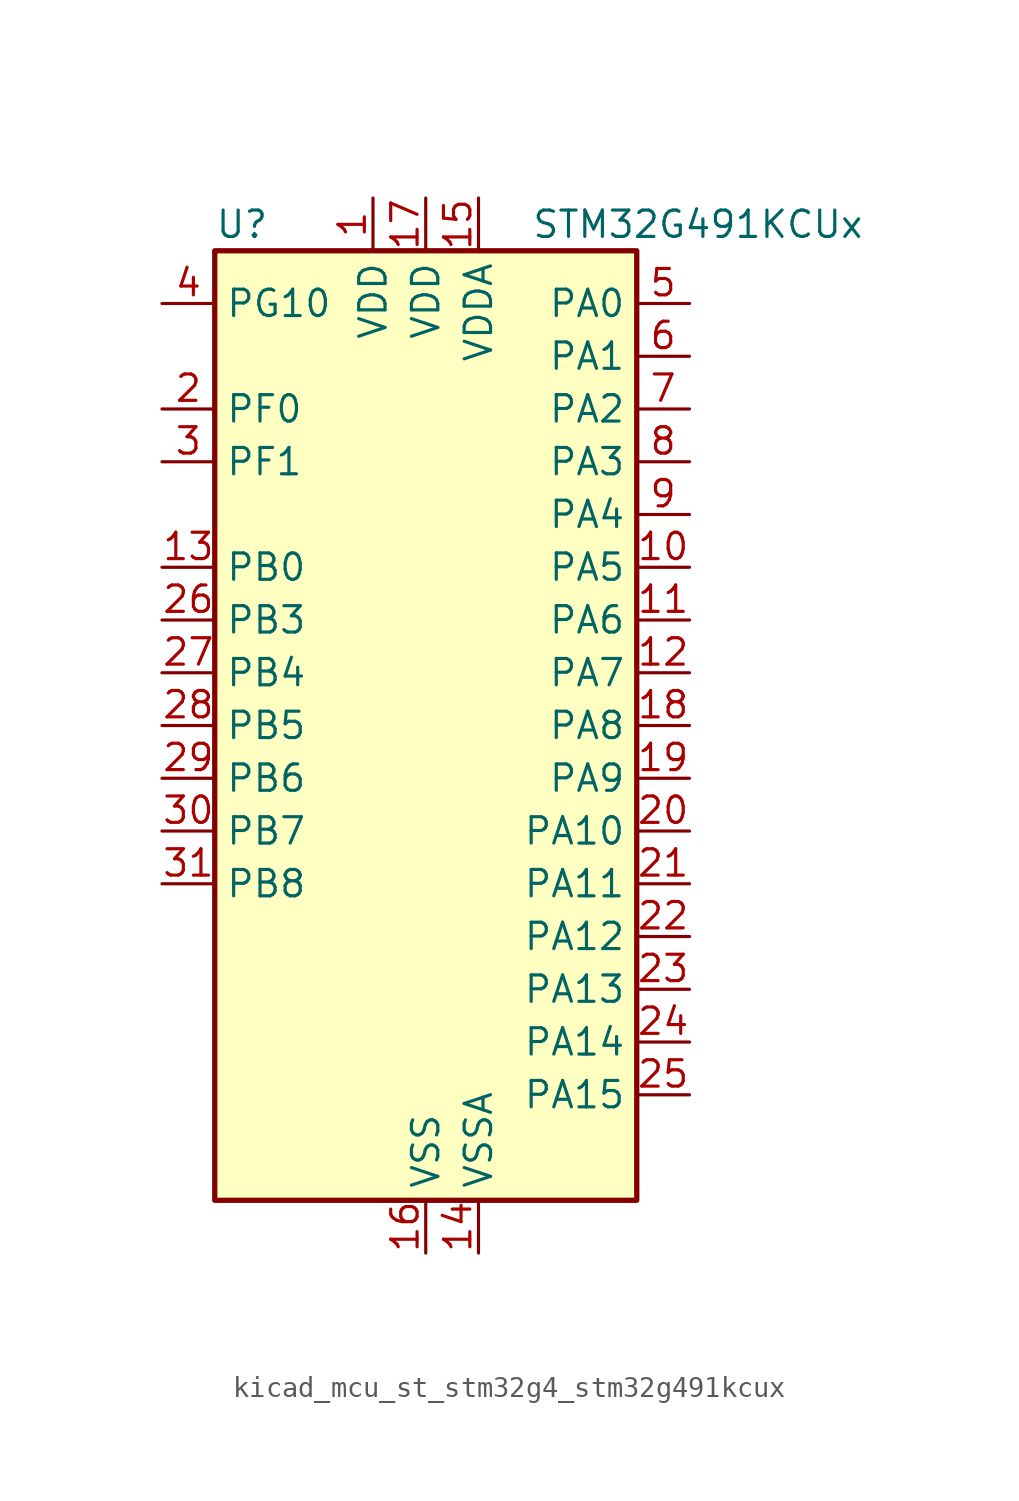
<source format=kicad_sym>
(kicad_symbol_lib
  (version 20220914)
  (generator kicad_symbol_editor)
  (symbol "kicad_mcu_st_stm32g4_stm32g491kcux"
    (property "Reference" "U"
      (at -10.16 24.13 0)
      (effects (font (size 1.27 1.27)) (justify left)))
    (property "Value" "STM32G491KCUx"
      (at 5.08 24.13 0)
      (effects (font (size 1.27 1.27)) (justify left)))
    (property "ki_locked" ""
      (at 0 0 0)
      (effects (font (size 1.27 1.27))))
    (symbol "kicad_mcu_st_stm32g4_stm32g491kcux_0_1"
      (rectangle (start -10.16 -22.86) (end 10.16 22.86) (stroke (width 0.254) (type default)) (fill (type background))))
    (symbol "kicad_mcu_st_stm32g4_stm32g491kcux_1_1"
      (pin power_in line (at -2.54 25.4 270) (length 2.54) (name "VDD" (effects (font (size 1.27 1.27)))) (number "1" (effects (font (size 1.27 1.27)))))
      (pin bidirectional line (at 12.7 7.62 180) (length 2.54) (name "PA5" (effects (font (size 1.27 1.27)))) (number "10" (effects (font (size 1.27 1.27)))) (alternate "ADC2_IN13" bidirectional line) (alternate "COMP2_INM" bidirectional line) (alternate "DAC1_OUT2" bidirectional line) (alternate "OPAMP2_VINM" bidirectional line) (alternate "OPAMP2_VINM0" bidirectional line) (alternate "OPAMP2_VINM_SEC" bidirectional line) (alternate "SPI1_SCK" bidirectional line) (alternate "TIM2_CH1" bidirectional line) (alternate "TIM2_ETR" bidirectional line) (alternate "UCPD1_FRSTX1" bidirectional line) (alternate "UCPD1_FRSTX2" bidirectional line))
      (pin bidirectional line (at 12.7 5.08 180) (length 2.54) (name "PA6" (effects (font (size 1.27 1.27)))) (number "11" (effects (font (size 1.27 1.27)))) (alternate "ADC2_IN3" bidirectional line) (alternate "COMP1_OUT" bidirectional line) (alternate "LPUART1_CTS" bidirectional line) (alternate "OPAMP2_VOUT" bidirectional line) (alternate "QUADSPI1_BK1_IO3" bidirectional line) (alternate "SPI1_MISO" bidirectional line) (alternate "TIM16_CH1" bidirectional line) (alternate "TIM1_BKIN" bidirectional line) (alternate "TIM3_CH1" bidirectional line) (alternate "TIM8_BKIN" bidirectional line))
      (pin bidirectional line (at 12.7 2.54 180) (length 2.54) (name "PA7" (effects (font (size 1.27 1.27)))) (number "12" (effects (font (size 1.27 1.27)))) (alternate "ADC2_IN4" bidirectional line) (alternate "COMP2_INP" bidirectional line) (alternate "COMP2_OUT" bidirectional line) (alternate "OPAMP1_VINP" bidirectional line) (alternate "OPAMP1_VINP_SEC" bidirectional line) (alternate "OPAMP2_VINP" bidirectional line) (alternate "OPAMP2_VINP_SEC" bidirectional line) (alternate "QUADSPI1_BK1_IO2" bidirectional line) (alternate "SPI1_MOSI" bidirectional line) (alternate "TIM17_CH1" bidirectional line) (alternate "TIM1_CH1N" bidirectional line) (alternate "TIM3_CH2" bidirectional line) (alternate "TIM8_CH1N" bidirectional line) (alternate "UCPD1_FRSTX1" bidirectional line) (alternate "UCPD1_FRSTX2" bidirectional line))
      (pin bidirectional line (at -12.7 7.62 0) (length 2.54) (name "PB0" (effects (font (size 1.27 1.27)))) (number "13" (effects (font (size 1.27 1.27)))) (alternate "ADC1_IN15" bidirectional line) (alternate "ADC3_IN12" bidirectional line) (alternate "COMP4_INP" bidirectional line) (alternate "OPAMP2_VINP" bidirectional line) (alternate "OPAMP2_VINP_SEC" bidirectional line) (alternate "OPAMP3_VINP" bidirectional line) (alternate "OPAMP3_VINP_SEC" bidirectional line) (alternate "QUADSPI1_BK1_IO1" bidirectional line) (alternate "TIM1_CH2N" bidirectional line) (alternate "TIM3_CH3" bidirectional line) (alternate "TIM8_CH2N" bidirectional line) (alternate "UCPD1_FRSTX1" bidirectional line) (alternate "UCPD1_FRSTX2" bidirectional line))
      (pin power_in line (at 2.54 -25.4 90) (length 2.54) (name "VSSA" (effects (font (size 1.27 1.27)))) (number "14" (effects (font (size 1.27 1.27)))))
      (pin power_in line (at 2.54 25.4 270) (length 2.54) (name "VDDA" (effects (font (size 1.27 1.27)))) (number "15" (effects (font (size 1.27 1.27)))))
      (pin power_in line (at 0 -25.4 90) (length 2.54) (name "VSS" (effects (font (size 1.27 1.27)))) (number "16" (effects (font (size 1.27 1.27)))))
      (pin power_in line (at 0 25.4 270) (length 2.54) (name "VDD" (effects (font (size 1.27 1.27)))) (number "17" (effects (font (size 1.27 1.27)))))
      (pin bidirectional line (at 12.7 0 180) (length 2.54) (name "PA8" (effects (font (size 1.27 1.27)))) (number "18" (effects (font (size 1.27 1.27)))) (alternate "I2C2_SDA" bidirectional line) (alternate "I2C3_SCL" bidirectional line) (alternate "I2S2_MCK" bidirectional line) (alternate "RCC_MCO" bidirectional line) (alternate "SAI1_CK2" bidirectional line) (alternate "SAI1_SCK_A" bidirectional line) (alternate "TIM1_CH1" bidirectional line) (alternate "TIM4_ETR" bidirectional line) (alternate "USART1_CK" bidirectional line))
      (pin bidirectional line (at 12.7 -2.54 180) (length 2.54) (name "PA9" (effects (font (size 1.27 1.27)))) (number "19" (effects (font (size 1.27 1.27)))) (alternate "DAC1_EXTI9" bidirectional line) (alternate "DAC3_EXTI9" bidirectional line) (alternate "I2C2_SCL" bidirectional line) (alternate "I2C3_SMBA" bidirectional line) (alternate "I2S3_MCK" bidirectional line) (alternate "SAI1_FS_A" bidirectional line) (alternate "TIM15_BKIN" bidirectional line) (alternate "TIM1_CH2" bidirectional line) (alternate "TIM2_CH3" bidirectional line) (alternate "UCPD1_DBCC1" bidirectional line) (alternate "USART1_TX" bidirectional line))
      (pin bidirectional line (at -12.7 15.24 0) (length 2.54) (name "PF0" (effects (font (size 1.27 1.27)))) (number "2" (effects (font (size 1.27 1.27)))) (alternate "ADC1_IN10" bidirectional line) (alternate "I2C2_SDA" bidirectional line) (alternate "I2S2_WS" bidirectional line) (alternate "RCC_OSC_IN" bidirectional line) (alternate "SPI2_NSS" bidirectional line) (alternate "TIM1_CH3N" bidirectional line))
      (pin bidirectional line (at 12.7 -5.08 180) (length 2.54) (name "PA10" (effects (font (size 1.27 1.27)))) (number "20" (effects (font (size 1.27 1.27)))) (alternate "CRS_SYNC" bidirectional line) (alternate "DAC1_EXTI10" bidirectional line) (alternate "DAC3_EXTI10" bidirectional line) (alternate "I2C2_SMBA" bidirectional line) (alternate "SAI1_D1" bidirectional line) (alternate "SAI1_SD_A" bidirectional line) (alternate "SPI2_MISO" bidirectional line) (alternate "TIM17_BKIN" bidirectional line) (alternate "TIM1_CH3" bidirectional line) (alternate "TIM2_CH4" bidirectional line) (alternate "TIM8_BKIN" bidirectional line) (alternate "UCPD1_DBCC2" bidirectional line) (alternate "USART1_RX" bidirectional line))
      (pin bidirectional line (at 12.7 -7.62 180) (length 2.54) (name "PA11" (effects (font (size 1.27 1.27)))) (number "21" (effects (font (size 1.27 1.27)))) (alternate "ADC1_EXTI11" bidirectional line) (alternate "ADC2_EXTI11" bidirectional line) (alternate "COMP1_OUT" bidirectional line) (alternate "FDCAN1_RX" bidirectional line) (alternate "I2S2_SD" bidirectional line) (alternate "SPI2_MOSI" bidirectional line) (alternate "TIM1_BKIN2" bidirectional line) (alternate "TIM1_CH1N" bidirectional line) (alternate "TIM1_CH4" bidirectional line) (alternate "TIM4_CH1" bidirectional line) (alternate "USART1_CTS" bidirectional line) (alternate "USART1_NSS" bidirectional line) (alternate "USB_DM" bidirectional line))
      (pin bidirectional line (at 12.7 -10.16 180) (length 2.54) (name "PA12" (effects (font (size 1.27 1.27)))) (number "22" (effects (font (size 1.27 1.27)))) (alternate "COMP2_OUT" bidirectional line) (alternate "FDCAN1_TX" bidirectional line) (alternate "I2S_CKIN" bidirectional line) (alternate "TIM16_CH1" bidirectional line) (alternate "TIM1_CH2N" bidirectional line) (alternate "TIM1_ETR" bidirectional line) (alternate "TIM4_CH2" bidirectional line) (alternate "USART1_DE" bidirectional line) (alternate "USART1_RTS" bidirectional line) (alternate "USB_DP" bidirectional line))
      (pin bidirectional line (at 12.7 -12.7 180) (length 2.54) (name "PA13" (effects (font (size 1.27 1.27)))) (number "23" (effects (font (size 1.27 1.27)))) (alternate "I2C1_SCL" bidirectional line) (alternate "IR_OUT" bidirectional line) (alternate "SAI1_SD_B" bidirectional line) (alternate "SYS_JTMS-SWDIO" bidirectional line) (alternate "TIM16_CH1N" bidirectional line) (alternate "TIM4_CH3" bidirectional line))
      (pin bidirectional line (at 12.7 -15.24 180) (length 2.54) (name "PA14" (effects (font (size 1.27 1.27)))) (number "24" (effects (font (size 1.27 1.27)))) (alternate "I2C1_SDA" bidirectional line) (alternate "LPTIM1_OUT" bidirectional line) (alternate "SAI1_FS_B" bidirectional line) (alternate "SYS_JTCK-SWCLK" bidirectional line) (alternate "TIM1_BKIN" bidirectional line) (alternate "TIM8_CH2" bidirectional line) (alternate "USART2_TX" bidirectional line))
      (pin bidirectional line (at 12.7 -17.78 180) (length 2.54) (name "PA15" (effects (font (size 1.27 1.27)))) (number "25" (effects (font (size 1.27 1.27)))) (alternate "ADC1_EXTI15" bidirectional line) (alternate "ADC2_EXTI15" bidirectional line) (alternate "I2C1_SCL" bidirectional line) (alternate "I2S3_WS" bidirectional line) (alternate "SPI1_NSS" bidirectional line) (alternate "SPI3_NSS" bidirectional line) (alternate "SYS_JTDI" bidirectional line) (alternate "TIM1_BKIN" bidirectional line) (alternate "TIM20_ETR" bidirectional line) (alternate "TIM2_CH1" bidirectional line) (alternate "TIM2_ETR" bidirectional line) (alternate "TIM8_CH1" bidirectional line) (alternate "USART2_RX" bidirectional line))
      (pin bidirectional line (at -12.7 5.08 0) (length 2.54) (name "PB3" (effects (font (size 1.27 1.27)))) (number "26" (effects (font (size 1.27 1.27)))) (alternate "ADC3_EXTI3" bidirectional line) (alternate "CRS_SYNC" bidirectional line) (alternate "I2S3_CK" bidirectional line) (alternate "SAI1_SCK_B" bidirectional line) (alternate "SPI1_SCK" bidirectional line) (alternate "SPI3_SCK" bidirectional line) (alternate "SYS_JTDO-SWO" bidirectional line) (alternate "TIM2_CH2" bidirectional line) (alternate "TIM3_ETR" bidirectional line) (alternate "TIM4_ETR" bidirectional line) (alternate "TIM8_CH1N" bidirectional line) (alternate "USART2_TX" bidirectional line))
      (pin bidirectional line (at -12.7 2.54 0) (length 2.54) (name "PB4" (effects (font (size 1.27 1.27)))) (number "27" (effects (font (size 1.27 1.27)))) (alternate "SAI1_MCLK_B" bidirectional line) (alternate "SPI1_MISO" bidirectional line) (alternate "SPI3_MISO" bidirectional line) (alternate "SYS_JTRST" bidirectional line) (alternate "TIM16_CH1" bidirectional line) (alternate "TIM17_BKIN" bidirectional line) (alternate "TIM3_CH1" bidirectional line) (alternate "TIM8_CH2N" bidirectional line) (alternate "UCPD1_CC2" bidirectional line) (alternate "USART2_RX" bidirectional line))
      (pin bidirectional line (at -12.7 0 0) (length 2.54) (name "PB5" (effects (font (size 1.27 1.27)))) (number "28" (effects (font (size 1.27 1.27)))) (alternate "FDCAN2_RX" bidirectional line) (alternate "I2C1_SMBA" bidirectional line) (alternate "I2C3_SDA" bidirectional line) (alternate "I2S3_SD" bidirectional line) (alternate "LPTIM1_IN1" bidirectional line) (alternate "SAI1_SD_B" bidirectional line) (alternate "SPI1_MOSI" bidirectional line) (alternate "SPI3_MOSI" bidirectional line) (alternate "TIM16_BKIN" bidirectional line) (alternate "TIM17_CH1" bidirectional line) (alternate "TIM3_CH2" bidirectional line) (alternate "TIM8_CH3N" bidirectional line) (alternate "USART2_CK" bidirectional line))
      (pin bidirectional line (at -12.7 -2.54 0) (length 2.54) (name "PB6" (effects (font (size 1.27 1.27)))) (number "29" (effects (font (size 1.27 1.27)))) (alternate "COMP4_OUT" bidirectional line) (alternate "FDCAN2_TX" bidirectional line) (alternate "LPTIM1_ETR" bidirectional line) (alternate "SAI1_FS_B" bidirectional line) (alternate "TIM16_CH1N" bidirectional line) (alternate "TIM4_CH1" bidirectional line) (alternate "TIM8_BKIN2" bidirectional line) (alternate "TIM8_CH1" bidirectional line) (alternate "TIM8_ETR" bidirectional line) (alternate "UCPD1_CC1" bidirectional line) (alternate "USART1_TX" bidirectional line))
      (pin bidirectional line (at -12.7 12.7 0) (length 2.54) (name "PF1" (effects (font (size 1.27 1.27)))) (number "3" (effects (font (size 1.27 1.27)))) (alternate "ADC2_IN10" bidirectional line) (alternate "COMP3_INM" bidirectional line) (alternate "I2S2_CK" bidirectional line) (alternate "RCC_OSC_OUT" bidirectional line) (alternate "SPI2_SCK" bidirectional line))
      (pin bidirectional line (at -12.7 -5.08 0) (length 2.54) (name "PB7" (effects (font (size 1.27 1.27)))) (number "30" (effects (font (size 1.27 1.27)))) (alternate "COMP3_OUT" bidirectional line) (alternate "I2C1_SDA" bidirectional line) (alternate "LPTIM1_IN2" bidirectional line) (alternate "SYS_PVD_IN" bidirectional line) (alternate "TIM17_CH1N" bidirectional line) (alternate "TIM3_CH4" bidirectional line) (alternate "TIM4_CH2" bidirectional line) (alternate "TIM8_BKIN" bidirectional line) (alternate "USART1_RX" bidirectional line))
      (pin bidirectional line (at -12.7 -7.62 0) (length 2.54) (name "PB8" (effects (font (size 1.27 1.27)))) (number "31" (effects (font (size 1.27 1.27)))) (alternate "COMP1_OUT" bidirectional line) (alternate "FDCAN1_RX" bidirectional line) (alternate "I2C1_SCL" bidirectional line) (alternate "SAI1_CK1" bidirectional line) (alternate "SAI1_MCLK_A" bidirectional line) (alternate "TIM16_CH1" bidirectional line) (alternate "TIM1_BKIN" bidirectional line) (alternate "TIM4_CH3" bidirectional line) (alternate "TIM8_CH2" bidirectional line))
      (pin passive line (at 0 -25.4 90) (length 2.54) hide (name "VSS" (effects (font (size 1.27 1.27)))) (number "32" (effects (font (size 1.27 1.27)))))
      (pin passive line (at 0 -25.4 90) (length 2.54) hide (name "VSS" (effects (font (size 1.27 1.27)))) (number "33" (effects (font (size 1.27 1.27)))))
      (pin bidirectional line (at -12.7 20.32 0) (length 2.54) (name "PG10" (effects (font (size 1.27 1.27)))) (number "4" (effects (font (size 1.27 1.27)))) (alternate "DAC1_EXTI10" bidirectional line) (alternate "DAC3_EXTI10" bidirectional line) (alternate "RCC_MCO" bidirectional line))
      (pin bidirectional line (at 12.7 20.32 180) (length 2.54) (name "PA0" (effects (font (size 1.27 1.27)))) (number "5" (effects (font (size 1.27 1.27)))) (alternate "ADC1_IN1" bidirectional line) (alternate "ADC2_IN1" bidirectional line) (alternate "COMP1_INM" bidirectional line) (alternate "COMP1_OUT" bidirectional line) (alternate "COMP3_INP" bidirectional line) (alternate "RTC_TAMP2" bidirectional line) (alternate "SYS_WKUP1" bidirectional line) (alternate "TIM2_CH1" bidirectional line) (alternate "TIM2_ETR" bidirectional line) (alternate "TIM8_BKIN" bidirectional line) (alternate "TIM8_ETR" bidirectional line) (alternate "USART2_CTS" bidirectional line) (alternate "USART2_NSS" bidirectional line))
      (pin bidirectional line (at 12.7 17.78 180) (length 2.54) (name "PA1" (effects (font (size 1.27 1.27)))) (number "6" (effects (font (size 1.27 1.27)))) (alternate "ADC1_IN2" bidirectional line) (alternate "ADC2_IN2" bidirectional line) (alternate "COMP1_INP" bidirectional line) (alternate "OPAMP1_VINP" bidirectional line) (alternate "OPAMP1_VINP_SEC" bidirectional line) (alternate "OPAMP3_VINP" bidirectional line) (alternate "OPAMP3_VINP_SEC" bidirectional line) (alternate "OPAMP6_VINM" bidirectional line) (alternate "OPAMP6_VINM0" bidirectional line) (alternate "OPAMP6_VINM_SEC" bidirectional line) (alternate "RTC_REFIN" bidirectional line) (alternate "TIM15_CH1N" bidirectional line) (alternate "TIM2_CH2" bidirectional line) (alternate "USART2_DE" bidirectional line) (alternate "USART2_RTS" bidirectional line))
      (pin bidirectional line (at 12.7 15.24 180) (length 2.54) (name "PA2" (effects (font (size 1.27 1.27)))) (number "7" (effects (font (size 1.27 1.27)))) (alternate "ADC1_IN3" bidirectional line) (alternate "ADC3_EXTI2" bidirectional line) (alternate "COMP2_INM" bidirectional line) (alternate "COMP2_OUT" bidirectional line) (alternate "LPUART1_TX" bidirectional line) (alternate "OPAMP1_VOUT" bidirectional line) (alternate "QUADSPI1_BK1_NCS" bidirectional line) (alternate "RCC_LSCO" bidirectional line) (alternate "SYS_WKUP4" bidirectional line) (alternate "TIM15_CH1" bidirectional line) (alternate "TIM2_CH3" bidirectional line) (alternate "UCPD1_FRSTX1" bidirectional line) (alternate "UCPD1_FRSTX2" bidirectional line) (alternate "USART2_TX" bidirectional line))
      (pin bidirectional line (at 12.7 12.7 180) (length 2.54) (name "PA3" (effects (font (size 1.27 1.27)))) (number "8" (effects (font (size 1.27 1.27)))) (alternate "ADC1_IN4" bidirectional line) (alternate "ADC3_EXTI3" bidirectional line) (alternate "COMP2_INP" bidirectional line) (alternate "LPUART1_RX" bidirectional line) (alternate "OPAMP1_VINM" bidirectional line) (alternate "OPAMP1_VINM0" bidirectional line) (alternate "OPAMP1_VINM_SEC" bidirectional line) (alternate "OPAMP1_VINP" bidirectional line) (alternate "OPAMP1_VINP_SEC" bidirectional line) (alternate "QUADSPI1_CLK" bidirectional line) (alternate "SAI1_CK1" bidirectional line) (alternate "SAI1_MCLK_A" bidirectional line) (alternate "TIM15_CH2" bidirectional line) (alternate "TIM2_CH4" bidirectional line) (alternate "USART2_RX" bidirectional line))
      (pin bidirectional line (at 12.7 10.16 180) (length 2.54) (name "PA4" (effects (font (size 1.27 1.27)))) (number "9" (effects (font (size 1.27 1.27)))) (alternate "ADC2_IN17" bidirectional line) (alternate "COMP1_INM" bidirectional line) (alternate "DAC1_OUT1" bidirectional line) (alternate "I2S3_WS" bidirectional line) (alternate "SAI1_FS_B" bidirectional line) (alternate "SPI1_NSS" bidirectional line) (alternate "SPI3_NSS" bidirectional line) (alternate "TIM3_CH2" bidirectional line) (alternate "USART2_CK" bidirectional line)))))
</source>
